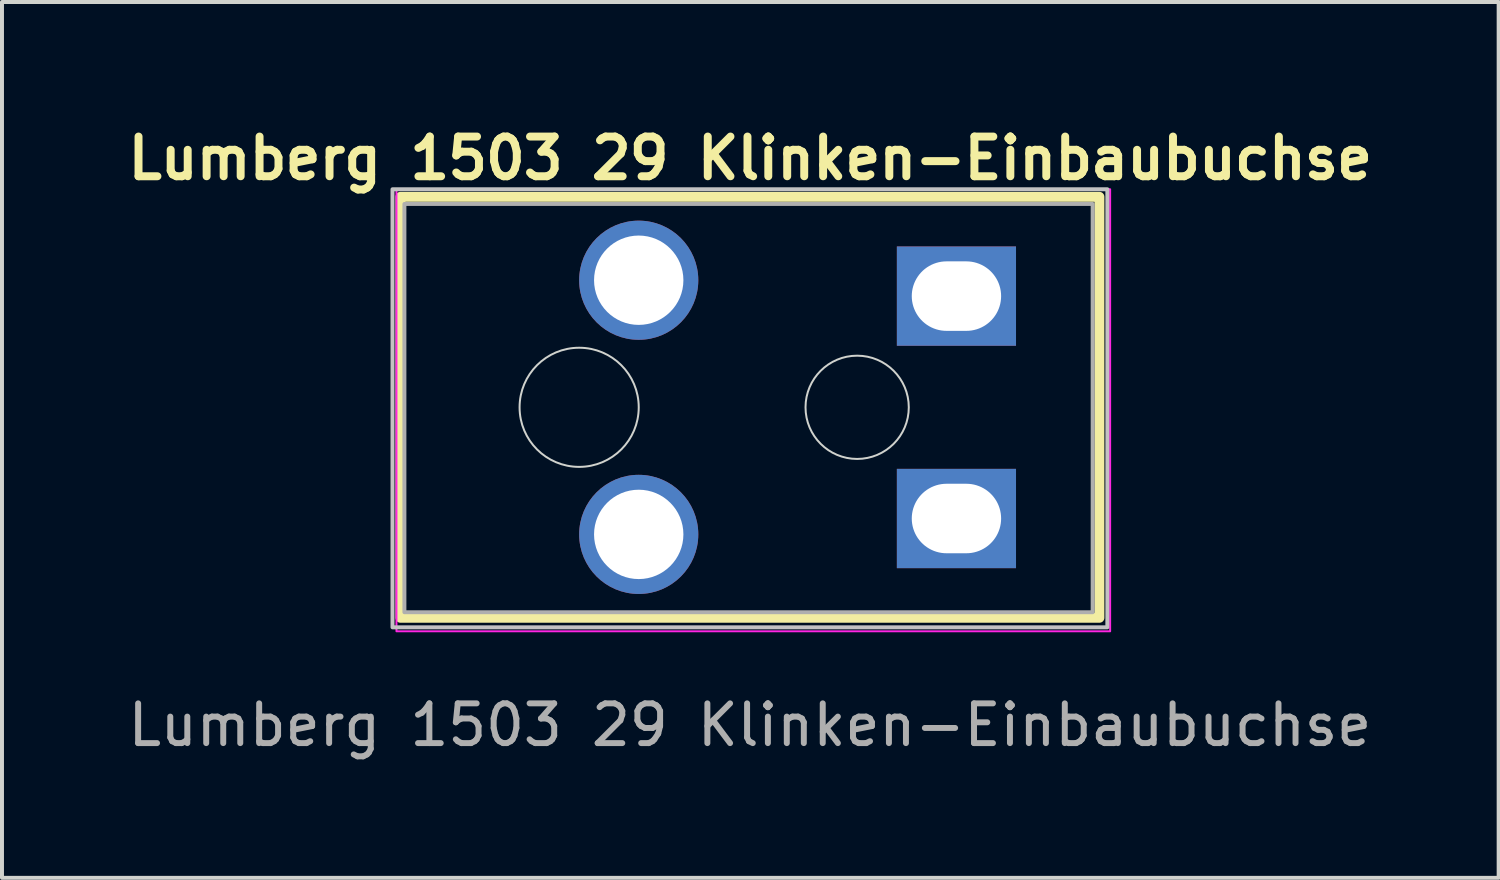
<source format=kicad_pcb>
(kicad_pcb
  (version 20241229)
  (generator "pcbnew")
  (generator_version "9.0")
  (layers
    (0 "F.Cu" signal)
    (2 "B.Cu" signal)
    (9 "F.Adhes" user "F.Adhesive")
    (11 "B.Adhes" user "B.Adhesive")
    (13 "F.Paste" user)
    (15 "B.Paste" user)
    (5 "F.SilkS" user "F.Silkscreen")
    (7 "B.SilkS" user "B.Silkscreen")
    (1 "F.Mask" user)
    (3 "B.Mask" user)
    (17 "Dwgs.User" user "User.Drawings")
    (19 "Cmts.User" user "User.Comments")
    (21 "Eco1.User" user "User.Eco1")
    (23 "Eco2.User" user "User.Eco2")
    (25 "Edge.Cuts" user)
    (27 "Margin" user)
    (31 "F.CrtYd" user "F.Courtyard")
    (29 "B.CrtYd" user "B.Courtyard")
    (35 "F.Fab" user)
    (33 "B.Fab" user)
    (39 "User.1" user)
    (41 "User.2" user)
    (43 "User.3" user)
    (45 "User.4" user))
  (footprint "Lumberg 1503 29 Klinken-Einbaubuchse"
    (layer "F.Cu")
    (at 15.833 7.206)
    (property "Reference" "Lumberg 1503 29 Klinken-Einbaubuchse" (at 0.01 -6.27 0) (unlocked yes) (layer "F.SilkS") (effects (font (size 1 1) (thickness 0.2) (bold yes))))
    (attr through_hole)
    (fp_rect (start -8.8 -5.3) (end 8.8 5.3) (stroke (width 0.25) (type default)) (fill no) (layer "F.SilkS"))
    (fp_rect (start -9 -5.49) (end 9 5.54) (stroke (width 0.1) (type default)) (fill no) (layer "Dwgs.User"))
    (fp_circle (center -4.3 0) (end -2.8 0) (stroke (width 0.05) (type default)) (fill no) (layer "Edge.Cuts"))
    (fp_circle (center 2.7 0) (end 4 0) (stroke (width 0.05) (type default)) (fill no) (layer "Edge.Cuts"))
    (fp_rect (start -8.9 -5.49) (end 9.07 5.64) (stroke (width 0.05) (type default)) (fill no) (layer "F.CrtYd"))
    (fp_rect (start -8.7 -5.12) (end 8.63 5.16) (stroke (width 0.1) (type default)) (fill no) (layer "F.Fab"))
    (fp_text user "${REFERENCE}" (at 0 8 0) (unlocked yes) (layer "F.Fab") (effects (font (size 1 1) (thickness 0.15))))
    (pad "1" thru_hole circle (at -2.8 3.2) (size 3 3) (drill 2.25) (layers "*.Cu" "*.Mask"))
    (pad "2" thru_hole circle (at -2.8 -3.2) (size 3 3) (drill 2.25) (layers "*.Cu" "*.Mask"))
    (pad "3" thru_hole rect (at 5.2 -2.8) (size 3 2.5) (drill oval 2.25 1.75) (layers "*.Cu" "*.Mask"))
    (pad "4" thru_hole rect (at 5.2 2.8) (size 3 2.5) (drill oval 2.25 1.75) (layers "*.Cu" "*.Mask")))
  (gr_rect
    (start -3 -3)
    (end 34.686 19.054)
    (stroke (width 0.1) (type default))
    (fill no)
    (layer "Edge.Cuts")))
</source>
